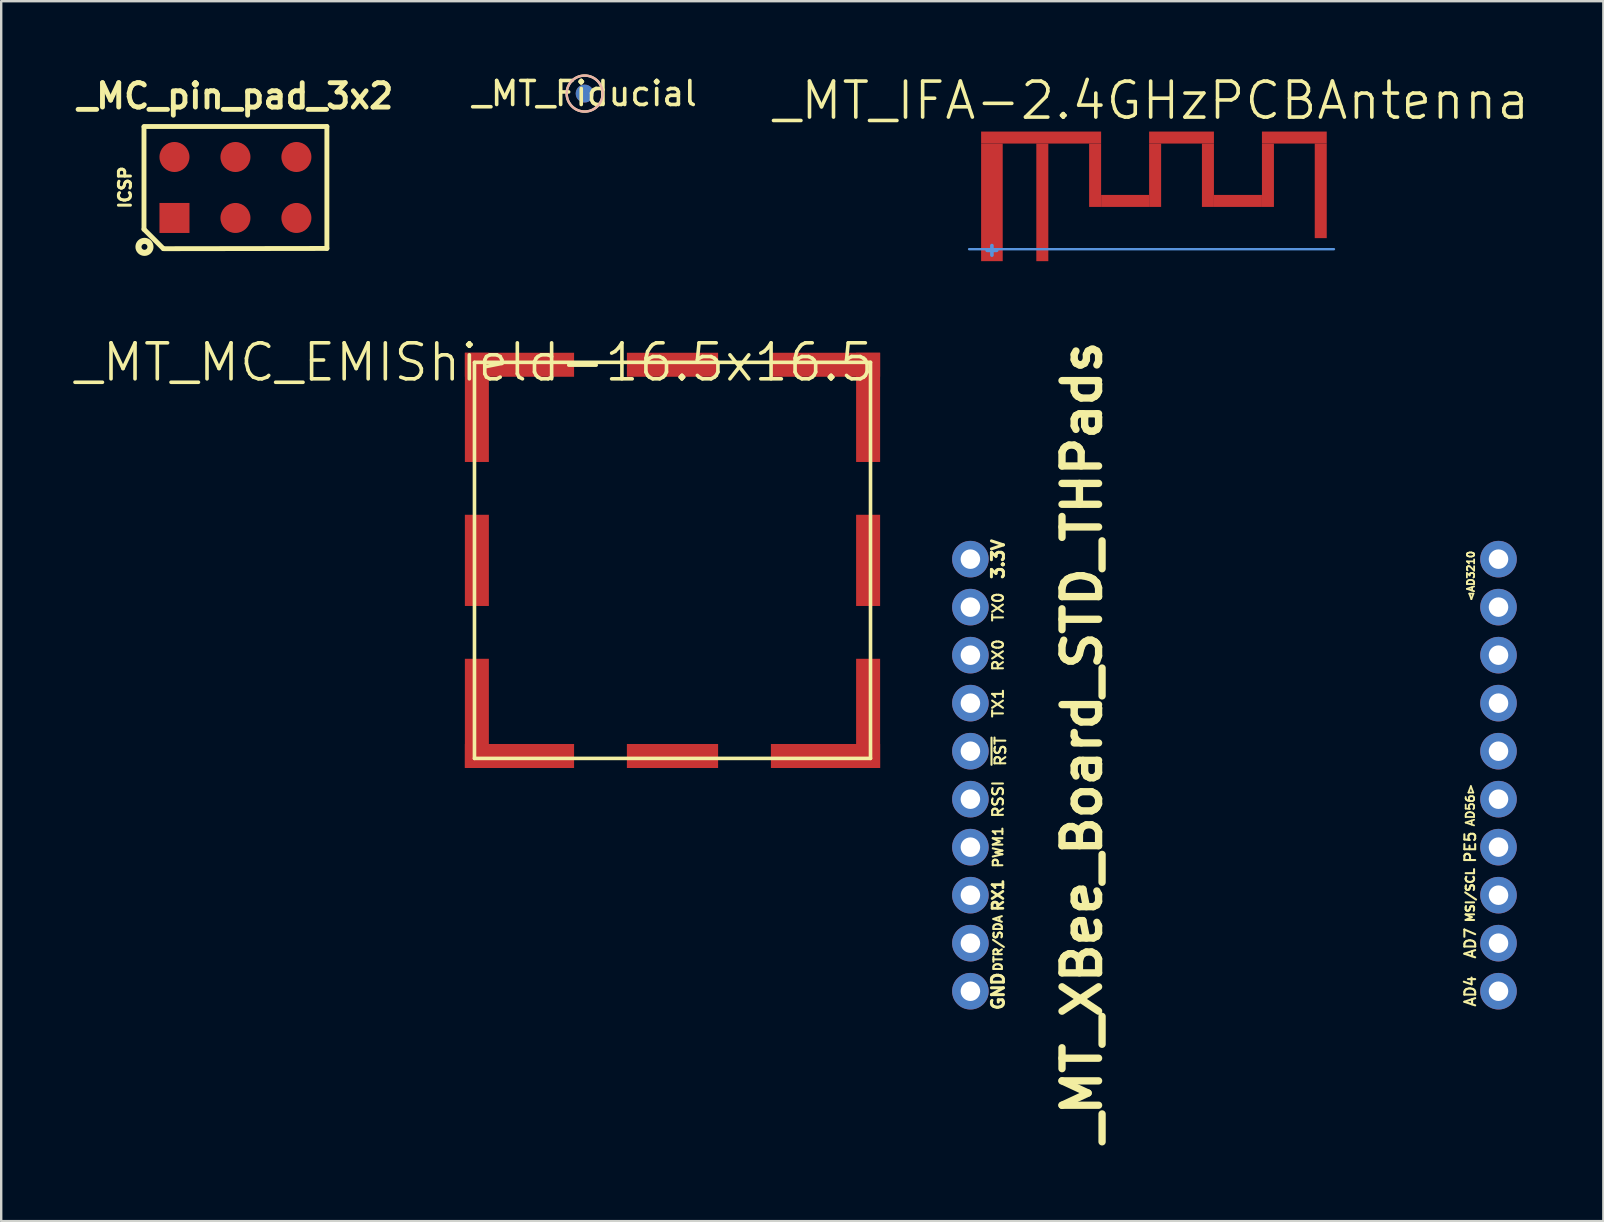
<source format=kicad_pcb>
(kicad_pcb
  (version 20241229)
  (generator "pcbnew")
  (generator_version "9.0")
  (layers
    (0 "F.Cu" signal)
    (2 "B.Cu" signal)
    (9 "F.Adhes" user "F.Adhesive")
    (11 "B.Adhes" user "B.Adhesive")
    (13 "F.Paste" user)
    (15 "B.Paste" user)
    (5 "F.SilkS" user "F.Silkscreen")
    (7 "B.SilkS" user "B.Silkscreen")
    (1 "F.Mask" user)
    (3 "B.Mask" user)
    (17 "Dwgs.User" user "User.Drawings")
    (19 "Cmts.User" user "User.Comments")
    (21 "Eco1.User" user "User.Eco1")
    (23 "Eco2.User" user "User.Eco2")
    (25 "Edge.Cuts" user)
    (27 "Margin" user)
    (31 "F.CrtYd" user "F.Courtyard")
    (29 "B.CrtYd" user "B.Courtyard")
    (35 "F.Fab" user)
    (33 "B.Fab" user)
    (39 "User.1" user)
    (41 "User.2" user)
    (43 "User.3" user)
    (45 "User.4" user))
  (footprint "_MT_IFA-2.4GHzPCBAntenna"
    (layer "F.Cu")
    (at 44.926 4.981)
    (property "Reference" "_MT_IFA-2.4GHzPCBAntenna" (at 0 -3.84 0) (layer "F.SilkS") (effects (font (size 1.5 1.5) (thickness 0.15))))
    (attr through_hole)
    (fp_line (start -7.6 2.35) (end 7.6 2.35) (stroke (width 0.1) (type solid)) (layer "Cmts.User"))
    (fp_line (start -6.85 2.4) (end -6.45 2.4) (stroke (width 0.15) (type solid)) (layer "Cmts.User"))
    (fp_line (start -6.65 2.6) (end -6.65 2.2) (stroke (width 0.15) (type solid)) (layer "Cmts.User"))
    (fp_line (start -7.6 2.85) (end -7.6 -2.85) (stroke (width 0.15) (type solid)) (layer "Eco1.User"))
    (fp_line (start -7.6 2.85) (end 7.6 2.85) (stroke (width 0.15) (type solid)) (layer "Eco1.User"))
    (fp_line (start 7.6 -2.85) (end -7.6 -2.85) (stroke (width 0.15) (type solid)) (layer "Eco1.User"))
    (fp_line (start 7.6 2.85) (end 7.6 -2.85) (stroke (width 0.15) (type solid)) (layer "Eco1.User"))
    (pad "" smd rect (at -4.6 -2.3) (size 5 0.5) (layers "F.Cu"))
    (pad "" smd rect (at -2.35 -0.73) (size 0.5 2.64) (layers "F.Cu"))
    (pad "" smd rect (at -1.1 0.34) (size 2 0.5) (layers "F.Cu"))
    (pad "" smd rect (at 0.15 -0.73) (size 0.5 2.64) (layers "F.Cu"))
    (pad "" smd rect (at 1.25 -2.3) (size 2.7 0.5) (layers "F.Cu"))
    (pad "" smd rect (at 2.35 -0.73) (size 0.5 2.64) (layers "F.Cu"))
    (pad "" smd rect (at 3.6 0.34) (size 2 0.5) (layers "F.Cu"))
    (pad "" smd rect (at 4.85 -0.73) (size 0.5 2.64) (layers "F.Cu"))
    (pad "" smd rect (at 5.95 -2.3) (size 2.7 0.5) (layers "F.Cu"))
    (pad "" smd rect (at 7.05 -0.08) (size 0.5 3.94) (layers "F.Cu"))
    (pad "1" smd rect (at -4.55 0.4) (size 0.5 4.9) (layers "F.Cu"))
    (pad "2" smd rect (at -6.65 0.4) (size 0.9 4.9) (layers "F.Cu")))
  (footprint "_MT_MC_EMIShield-16.5x16.5"
    (layer "F.Cu")
    (at 24.968 20.297)
    (property "Reference" "_MT_MC_EMIShield-16.5x16.5" (at -8.25 -8.25 0) (layer "F.SilkS") (effects (font (size 1.5 1.5) (thickness 0.15))))
    (attr through_hole)
    (fp_line (start -8.25 8.25) (end -8.25 -8.25) (stroke (width 0.15) (type solid)) (layer "F.SilkS"))
    (fp_line (start -8.25 8.25) (end 8.25 8.25) (stroke (width 0.15) (type solid)) (layer "F.SilkS"))
    (fp_line (start 8.25 -8.25) (end -8.25 -8.25) (stroke (width 0.15) (type solid)) (layer "F.SilkS"))
    (fp_line (start 8.25 8.25) (end 8.25 -8.25) (stroke (width 0.15) (type solid)) (layer "F.SilkS"))
    (pad "" smd rect (at -8.15 -6.375) (size 1 4.55) (layers "F.Cu" "F.Mask" "F.Paste"))
    (pad "" smd rect (at -8.15 0) (size 1 3.8) (layers "F.Cu" "F.Mask" "F.Paste"))
    (pad "" smd rect (at -8.15 6.375) (size 1 4.55) (layers "F.Cu" "F.Mask" "F.Paste"))
    (pad "" smd rect (at -6.375 -8.15) (size 4.55 1) (layers "F.Cu" "F.Mask" "F.Paste"))
    (pad "" smd rect (at -6.375 8.15) (size 4.55 1) (layers "F.Cu" "F.Mask" "F.Paste"))
    (pad "" smd rect (at 0 -8.15) (size 3.8 1) (layers "F.Cu" "F.Mask" "F.Paste"))
    (pad "" smd rect (at 0 8.15) (size 3.8 1) (layers "F.Cu" "F.Mask" "F.Paste"))
    (pad "" smd rect (at 6.375 -8.15) (size 4.55 1) (layers "F.Cu" "F.Mask" "F.Paste"))
    (pad "" smd rect (at 6.375 8.15) (size 4.55 1) (layers "F.Cu" "F.Mask" "F.Paste"))
    (pad "" smd rect (at 8.15 -6.375) (size 1 4.55) (layers "F.Cu" "F.Mask" "F.Paste"))
    (pad "" smd rect (at 8.15 0) (size 1 3.8) (layers "F.Cu" "F.Mask" "F.Paste"))
    (pad "" smd rect (at 8.15 6.375) (size 1 4.55) (layers "F.Cu" "F.Mask" "F.Paste")))
  (footprint "_MC_pin_pad_3x2"
    (layer "F.Cu")
    (at 6.759 4.761)
    (property "Reference" "_MC_pin_pad_3x2" (at 0 -3.81 0) (layer "F.SilkS") (effects (font (size 1.016 1.016) (thickness 0.203))))
    (attr through_hole)
    (fp_line (start -3.81 -2.54) (end 3.81 -2.54) (stroke (width 0.203) (type solid)) (layer "F.SilkS"))
    (fp_line (start -3.81 -2.52) (end -3.81 1.74) (stroke (width 0.203) (type solid)) (layer "F.SilkS"))
    (fp_line (start -3.01 2.54) (end -3.81 1.74) (stroke (width 0.203) (type solid)) (layer "F.SilkS"))
    (fp_line (start 3.81 -2.54) (end 3.81 2.54) (stroke (width 0.203) (type solid)) (layer "F.SilkS"))
    (fp_line (start 3.81 2.54) (end -3 2.55) (stroke (width 0.203) (type solid)) (layer "F.SilkS"))
    (fp_circle (center -3.79 2.474) (end -4.04 2.474) (stroke (width 0.254) (type solid)) (fill no) (layer "F.SilkS"))
    (fp_text user "ICSP" (at -4.6 0 90) (layer "F.SilkS") (effects (font (size 0.5 0.5) (thickness 0.125))))
    (pad "1" smd rect (at -2.54 1.27) (size 1.25 1.25) (layers "F.Cu" "F.Mask"))
    (pad "2" smd circle (at -2.54 -1.27) (size 1.25 1.25) (layers "F.Cu" "F.Mask"))
    (pad "3" smd circle (at 0 1.27) (size 1.25 1.25) (layers "F.Cu" "F.Mask"))
    (pad "4" smd circle (at 0 -1.27) (size 1.25 1.25) (layers "F.Cu" "F.Mask"))
    (pad "5" smd circle (at 2.54 1.27) (size 1.25 1.25) (layers "F.Cu" "F.Mask"))
    (pad "6" smd circle (at 2.54 -1.27) (size 1.25 1.25) (layers "F.Cu" "F.Mask")))
  (footprint "_MT_XBee_Board_STD_THPads"
    (layer "F.Cu")
    (at 48.381 20.246)
    (property "Reference" "_MT_XBee_Board_STD_THPads" (at -6.35 7.62 90) (layer "F.SilkS") (effects (font (size 1.524 1.524) (thickness 0.305))))
    (attr through_hole)
    (fp_text user "RX1" (at -9.85 14 90) (layer "F.SilkS") (effects (font (size 0.45 0.45) (thickness 0.113))))
    (fp_text user "AD7" (at 9.825 15.999 90) (layer "F.SilkS") (effects (font (size 0.45 0.45) (thickness 0.087))))
    (fp_text user "3.3V" (at -9.85 0 90) (layer "F.SilkS") (effects (font (size 0.5 0.5) (thickness 0.125))))
    (fp_text user "PWM1" (at -9.85 11.999 90) (layer "F.SilkS") (effects (font (size 0.4 0.4) (thickness 0.087))))
    (fp_text user "AD56▻" (at 9.825 10.25 90) (layer "F.SilkS") (effects (font (size 0.35 0.35) (thickness 0.075))))
    (fp_text user "PE5" (at 9.825 11.999 90) (layer "F.SilkS") (effects (font (size 0.45 0.45) (thickness 0.087))))
    (fp_text user "◅AD3210" (at 9.85 0.7 90) (layer "F.SilkS") (effects (font (size 0.3 0.3) (thickness 0.075))))
    (fp_text user "TX0" (at -9.85 1.999 90) (layer "F.SilkS") (effects (font (size 0.45 0.45) (thickness 0.087))))
    (fp_text user "RSSI" (at -9.85 10 90) (layer "F.SilkS") (effects (font (size 0.45 0.45) (thickness 0.087))))
    (fp_text user "MSI/SCL" (at 9.825 14 90) (layer "F.SilkS") (effects (font (size 0.35 0.35) (thickness 0.087))))
    (fp_text user "DTR/SDA" (at -9.85 15.999 90) (layer "F.SilkS") (effects (font (size 0.35 0.35) (thickness 0.087))))
    (fp_text user "AD4" (at 9.825 18.001 90) (layer "F.SilkS") (effects (font (size 0.45 0.45) (thickness 0.087))))
    (fp_text user "RX0" (at -9.85 4 90) (layer "F.SilkS") (effects (font (size 0.45 0.45) (thickness 0.087))))
    (fp_text user "GND" (at -9.85 18.001 90) (layer "F.SilkS") (effects (font (size 0.5 0.5) (thickness 0.125))))
    (fp_text user "~{RST}" (at -9.75 8.001 90) (layer "F.SilkS") (effects (font (size 0.45 0.45) (thickness 0.087))))
    (fp_text user "TX1" (at -9.85 5.999 90) (layer "F.SilkS") (effects (font (size 0.45 0.45) (thickness 0.087))))
    (pad "1" thru_hole circle (at -11.001 0) (size 1.524 1.524) (drill 0.813) (layers "*.Cu" "*.Mask"))
    (pad "2" thru_hole circle (at -11.001 1.999) (size 1.524 1.524) (drill 0.813) (layers "*.Cu" "*.Mask"))
    (pad "3" thru_hole circle (at -11.001 4) (size 1.524 1.524) (drill 0.813) (layers "*.Cu" "*.Mask"))
    (pad "4" thru_hole circle (at -11.001 5.999) (size 1.524 1.524) (drill 0.813) (layers "*.Cu" "*.Mask"))
    (pad "5" thru_hole circle (at -11.001 8.001) (size 1.524 1.524) (drill 0.813) (layers "*.Cu" "*.Mask"))
    (pad "6" thru_hole circle (at -11.001 10) (size 1.524 1.524) (drill 0.813) (layers "*.Cu" "*.Mask"))
    (pad "7" thru_hole circle (at -11.001 11.999) (size 1.524 1.524) (drill 0.813) (layers "*.Cu" "*.Mask"))
    (pad "8" thru_hole circle (at -11.001 14) (size 1.524 1.524) (drill 0.813) (layers "*.Cu" "*.Mask"))
    (pad "9" thru_hole circle (at -11.001 15.999) (size 1.524 1.524) (drill 0.813) (layers "*.Cu" "*.Mask"))
    (pad "10" thru_hole circle (at -11.001 18.001) (size 1.524 1.524) (drill 0.813) (layers "*.Cu" "*.Mask"))
    (pad "11" thru_hole circle (at 11.001 18.001) (size 1.524 1.524) (drill 0.813) (layers "*.Cu" "*.Mask"))
    (pad "12" thru_hole circle (at 11.001 15.999) (size 1.524 1.524) (drill 0.813) (layers "*.Cu" "*.Mask"))
    (pad "13" thru_hole circle (at 11.001 14) (size 1.524 1.524) (drill 0.813) (layers "*.Cu" "*.Mask"))
    (pad "14" thru_hole circle (at 11.001 11.999) (size 1.524 1.524) (drill 0.813) (layers "*.Cu" "*.Mask"))
    (pad "15" thru_hole circle (at 11.001 10) (size 1.524 1.524) (drill 0.813) (layers "*.Cu" "*.Mask"))
    (pad "16" thru_hole circle (at 11.001 8.001) (size 1.524 1.524) (drill 0.813) (layers "*.Cu" "*.Mask"))
    (pad "17" thru_hole circle (at 11.001 5.999) (size 1.524 1.524) (drill 0.813) (layers "*.Cu" "*.Mask"))
    (pad "18" thru_hole circle (at 11.001 4) (size 1.524 1.524) (drill 0.813) (layers "*.Cu" "*.Mask"))
    (pad "19" thru_hole circle (at 11.001 1.999) (size 1.524 1.524) (drill 0.813) (layers "*.Cu" "*.Mask"))
    (pad "20" thru_hole circle (at 11.001 0) (size 1.524 1.524) (drill 0.813) (layers "*.Cu" "*.Mask")))
  (footprint "_MT_Fiducial"
    (layer "F.Cu")
    (at 21.309 0.848)
    (property "Reference" "_MT_Fiducial" (at 0 0 0) (layer "F.SilkS") (effects (font (size 1 1) (thickness 0.15))))
    (attr through_hole)
    (fp_circle (center 0 0) (end 0.75 0) (stroke (width 0.1) (type solid)) (fill no) (layer "F.SilkS"))
    (fp_circle (center 0 0) (end 0.75 0) (stroke (width 0.1) (type solid)) (fill no) (layer "B.SilkS"))
    (pad "" smd circle (at 0 0) (size 0.74 0.74) (layers "F.Cu" "F.Mask"))
    (pad "" smd circle (at 0 0) (size 0.75 0.75) (layers "B.Cu" "B.Mask")))
  (gr_rect
    (start -3 -3)
    (end 63.751 47.826)
    (stroke (width 0.1) (type default))
    (fill no)
    (layer "Edge.Cuts")))
</source>
